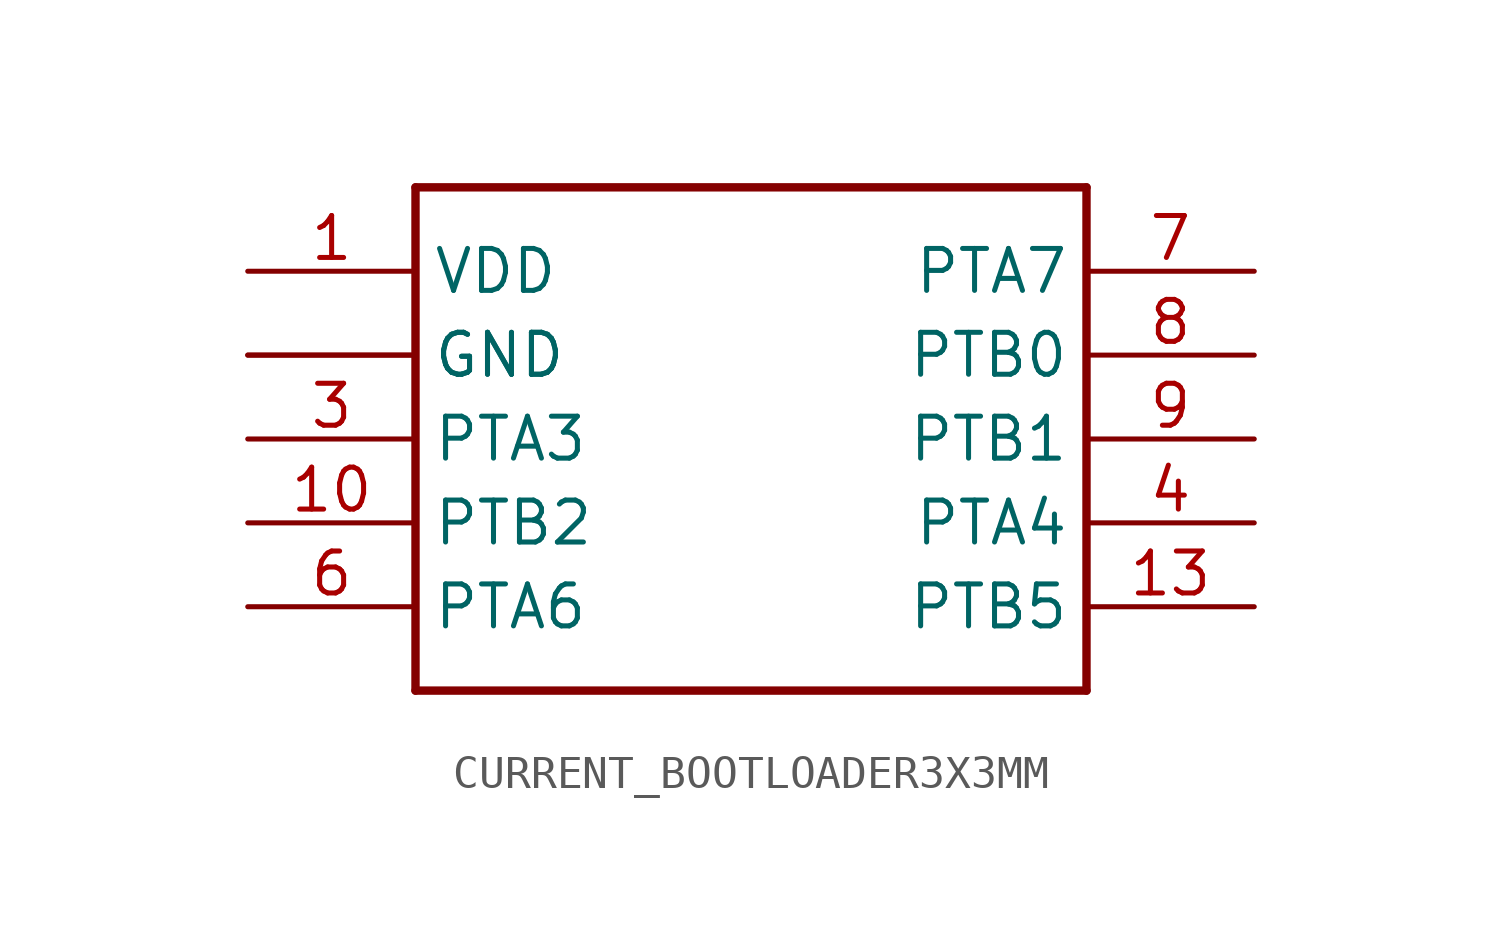
<source format=kicad_sym>
(kicad_symbol_lib
  (version 20211014)
  (generator kicad_symbol_editor)
  (symbol "CURRENT_BOOTLOADER3X3MM"
    (property "Reference" "3X3MM"
      (at 0 0 0)
      (effects (font (size 1.27 1.27)) hide))
    (property "ki_locked" ""
      (at 0 0 0)
      (effects (font (size 1.27 1.27))))
    (symbol "CURRENT_BOOTLOADER3X3MM_1_0"
      (polyline (pts (xy -10.16 -7.62) (xy -10.16 7.62)) (stroke (width 0.254) (type default) (color 0 0 0 0)) (fill (type none)))
      (polyline (pts (xy -10.16 7.62) (xy 10.16 7.62)) (stroke (width 0.254) (type default) (color 0 0 0 0)) (fill (type none)))
      (polyline (pts (xy 10.16 -7.62) (xy -10.16 -7.62)) (stroke (width 0.254) (type default) (color 0 0 0 0)) (fill (type none)))
      (polyline (pts (xy 10.16 7.62) (xy 10.16 -7.62)) (stroke (width 0.254) (type default) (color 0 0 0 0)) (fill (type none)))
      (pin bidirectional line (at -15.24 5.08 0) (length 5.08) (name "VDD" (effects (font (size 1.27 1.27)))) (number "1" (effects (font (size 1.27 1.27)))))
      (pin bidirectional line (at -15.24 -2.54 0) (length 5.08) (name "PTB2" (effects (font (size 1.27 1.27)))) (number "10" (effects (font (size 1.27 1.27)))))
      (pin bidirectional line (at 15.24 -5.08 180) (length 5.08) (name "PTB5" (effects (font (size 1.27 1.27)))) (number "13" (effects (font (size 1.27 1.27)))))
      (pin bidirectional line (at -15.24 2.54 0) (length 5.08) (name "GND" (effects (font (size 1.27 1.27)))) (number "17" (effects (font (size 0 0)))))
      (pin bidirectional line (at -15.24 2.54 0) (length 5.08) (name "GND" (effects (font (size 1.27 1.27)))) (number "2" (effects (font (size 0 0)))))
      (pin bidirectional line (at -15.24 0 0) (length 5.08) (name "PTA3" (effects (font (size 1.27 1.27)))) (number "3" (effects (font (size 1.27 1.27)))))
      (pin bidirectional line (at 15.24 -2.54 180) (length 5.08) (name "PTA4" (effects (font (size 1.27 1.27)))) (number "4" (effects (font (size 1.27 1.27)))))
      (pin bidirectional line (at -15.24 -5.08 0) (length 5.08) (name "PTA6" (effects (font (size 1.27 1.27)))) (number "6" (effects (font (size 1.27 1.27)))))
      (pin bidirectional line (at 15.24 5.08 180) (length 5.08) (name "PTA7" (effects (font (size 1.27 1.27)))) (number "7" (effects (font (size 1.27 1.27)))))
      (pin bidirectional line (at 15.24 2.54 180) (length 5.08) (name "PTB0" (effects (font (size 1.27 1.27)))) (number "8" (effects (font (size 1.27 1.27)))))
      (pin bidirectional line (at 15.24 0 180) (length 5.08) (name "PTB1" (effects (font (size 1.27 1.27)))) (number "9" (effects (font (size 1.27 1.27))))))))
</source>
